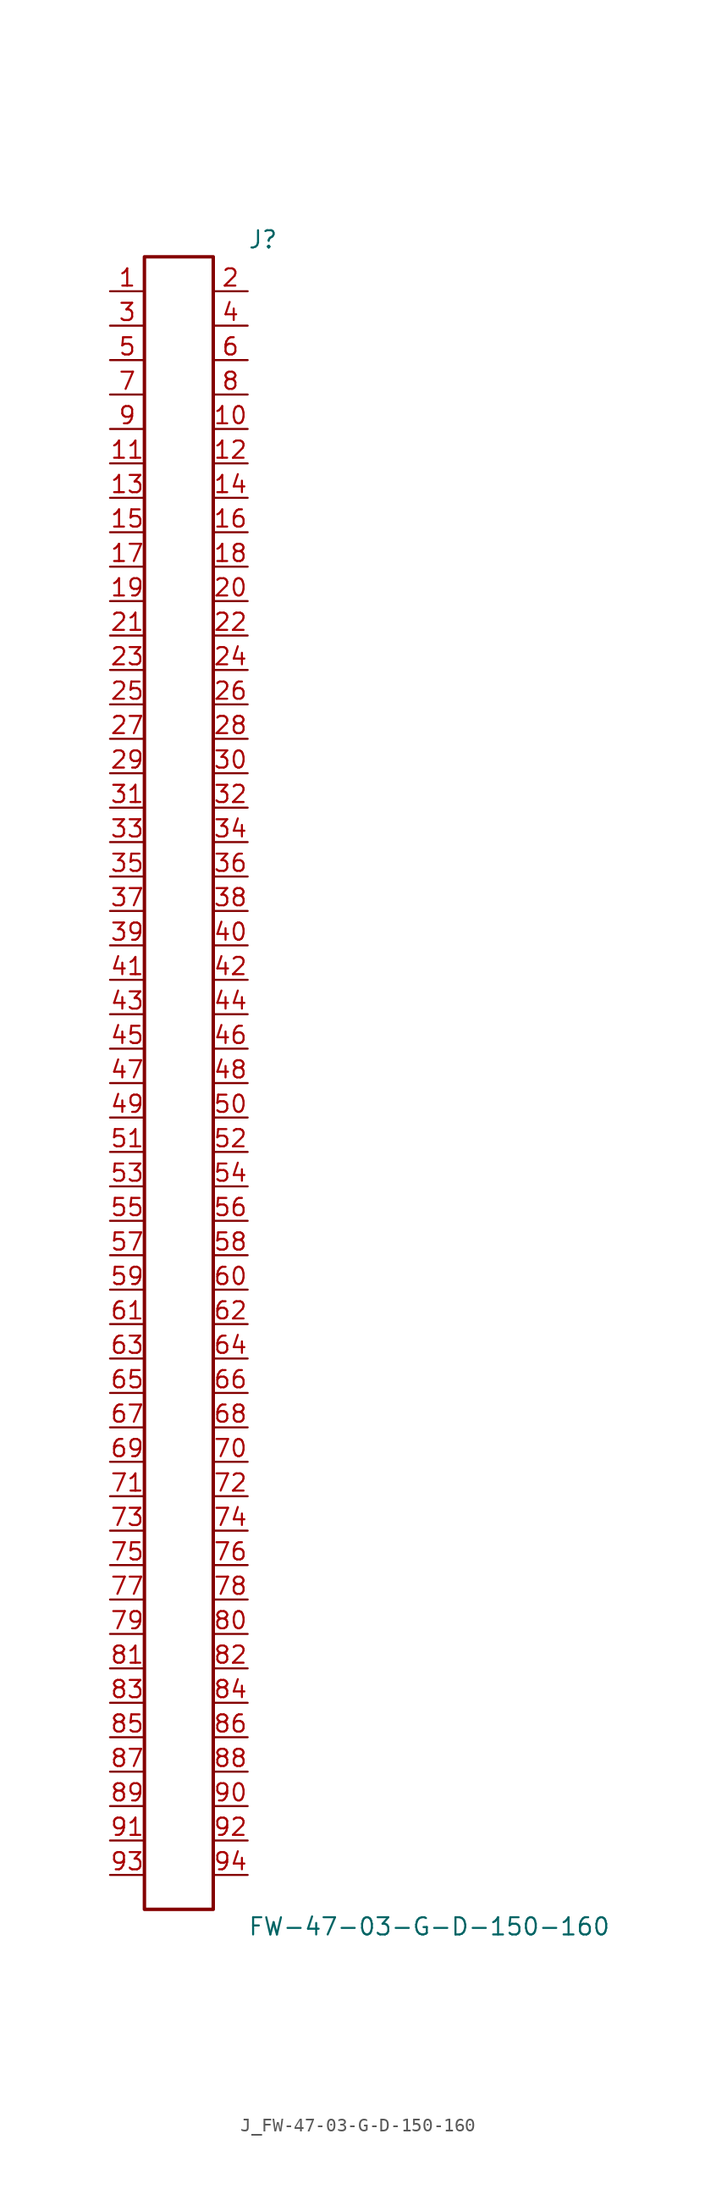
<source format=kicad_sym>
(kicad_symbol_lib
  (version 20231120)
  (generator kicad_symbol_editor)
  (generator_version 8.0)
  (symbol "J_FW-47-03-G-D-150-160"
    (pin_names
      (offset 0.254))
    (property "Reference" "J"
      (at 5.08 62.23 0)
      (effects (font (size 1.27 1.27)) (justify left)))
    (property "Value" "FW-47-03-G-D-150-160"
      (at 5.08 -62.23 0)
      (effects (font (size 1.27 1.27)) (justify left)))
    (symbol "J_FW-47-03-G-D-150-160_0_0"
      (pin passive line (at -5.08 58.42 0) (length 2.54) (name "" (effects (font (size 1.27 1.27)))) (number "1" (effects (font (size 1.27 1.27)))))
      (pin passive line (at 5.08 58.42 180) (length 2.54) (name "" (effects (font (size 1.27 1.27)))) (number "2" (effects (font (size 1.27 1.27)))))
      (pin passive line (at -5.08 55.88 0) (length 2.54) (name "" (effects (font (size 1.27 1.27)))) (number "3" (effects (font (size 1.27 1.27)))))
      (pin passive line (at 5.08 55.88 180) (length 2.54) (name "" (effects (font (size 1.27 1.27)))) (number "4" (effects (font (size 1.27 1.27)))))
      (pin passive line (at -5.08 53.34 0) (length 2.54) (name "" (effects (font (size 1.27 1.27)))) (number "5" (effects (font (size 1.27 1.27)))))
      (pin passive line (at 5.08 53.34 180) (length 2.54) (name "" (effects (font (size 1.27 1.27)))) (number "6" (effects (font (size 1.27 1.27)))))
      (pin passive line (at -5.08 50.8 0) (length 2.54) (name "" (effects (font (size 1.27 1.27)))) (number "7" (effects (font (size 1.27 1.27)))))
      (pin passive line (at 5.08 50.8 180) (length 2.54) (name "" (effects (font (size 1.27 1.27)))) (number "8" (effects (font (size 1.27 1.27)))))
      (pin passive line (at -5.08 48.26 0) (length 2.54) (name "" (effects (font (size 1.27 1.27)))) (number "9" (effects (font (size 1.27 1.27)))))
      (pin passive line (at 5.08 48.26 180) (length 2.54) (name "" (effects (font (size 1.27 1.27)))) (number "10" (effects (font (size 1.27 1.27)))))
      (pin passive line (at -5.08 45.72 0) (length 2.54) (name "" (effects (font (size 1.27 1.27)))) (number "11" (effects (font (size 1.27 1.27)))))
      (pin passive line (at 5.08 45.72 180) (length 2.54) (name "" (effects (font (size 1.27 1.27)))) (number "12" (effects (font (size 1.27 1.27)))))
      (pin passive line (at -5.08 43.18 0) (length 2.54) (name "" (effects (font (size 1.27 1.27)))) (number "13" (effects (font (size 1.27 1.27)))))
      (pin passive line (at 5.08 43.18 180) (length 2.54) (name "" (effects (font (size 1.27 1.27)))) (number "14" (effects (font (size 1.27 1.27)))))
      (pin passive line (at -5.08 40.64 0) (length 2.54) (name "" (effects (font (size 1.27 1.27)))) (number "15" (effects (font (size 1.27 1.27)))))
      (pin passive line (at 5.08 40.64 180) (length 2.54) (name "" (effects (font (size 1.27 1.27)))) (number "16" (effects (font (size 1.27 1.27)))))
      (pin passive line (at -5.08 38.1 0) (length 2.54) (name "" (effects (font (size 1.27 1.27)))) (number "17" (effects (font (size 1.27 1.27)))))
      (pin passive line (at 5.08 38.1 180) (length 2.54) (name "" (effects (font (size 1.27 1.27)))) (number "18" (effects (font (size 1.27 1.27)))))
      (pin passive line (at -5.08 35.56 0) (length 2.54) (name "" (effects (font (size 1.27 1.27)))) (number "19" (effects (font (size 1.27 1.27)))))
      (pin passive line (at 5.08 35.56 180) (length 2.54) (name "" (effects (font (size 1.27 1.27)))) (number "20" (effects (font (size 1.27 1.27)))))
      (pin passive line (at -5.08 33.02 0) (length 2.54) (name "" (effects (font (size 1.27 1.27)))) (number "21" (effects (font (size 1.27 1.27)))))
      (pin passive line (at 5.08 33.02 180) (length 2.54) (name "" (effects (font (size 1.27 1.27)))) (number "22" (effects (font (size 1.27 1.27)))))
      (pin passive line (at -5.08 30.48 0) (length 2.54) (name "" (effects (font (size 1.27 1.27)))) (number "23" (effects (font (size 1.27 1.27)))))
      (pin passive line (at 5.08 30.48 180) (length 2.54) (name "" (effects (font (size 1.27 1.27)))) (number "24" (effects (font (size 1.27 1.27)))))
      (pin passive line (at -5.08 27.94 0) (length 2.54) (name "" (effects (font (size 1.27 1.27)))) (number "25" (effects (font (size 1.27 1.27)))))
      (pin passive line (at 5.08 27.94 180) (length 2.54) (name "" (effects (font (size 1.27 1.27)))) (number "26" (effects (font (size 1.27 1.27)))))
      (pin passive line (at -5.08 25.4 0) (length 2.54) (name "" (effects (font (size 1.27 1.27)))) (number "27" (effects (font (size 1.27 1.27)))))
      (pin passive line (at 5.08 25.4 180) (length 2.54) (name "" (effects (font (size 1.27 1.27)))) (number "28" (effects (font (size 1.27 1.27)))))
      (pin passive line (at -5.08 22.86 0) (length 2.54) (name "" (effects (font (size 1.27 1.27)))) (number "29" (effects (font (size 1.27 1.27)))))
      (pin passive line (at 5.08 22.86 180) (length 2.54) (name "" (effects (font (size 1.27 1.27)))) (number "30" (effects (font (size 1.27 1.27)))))
      (pin passive line (at -5.08 20.32 0) (length 2.54) (name "" (effects (font (size 1.27 1.27)))) (number "31" (effects (font (size 1.27 1.27)))))
      (pin passive line (at 5.08 20.32 180) (length 2.54) (name "" (effects (font (size 1.27 1.27)))) (number "32" (effects (font (size 1.27 1.27)))))
      (pin passive line (at -5.08 17.78 0) (length 2.54) (name "" (effects (font (size 1.27 1.27)))) (number "33" (effects (font (size 1.27 1.27)))))
      (pin passive line (at 5.08 17.78 180) (length 2.54) (name "" (effects (font (size 1.27 1.27)))) (number "34" (effects (font (size 1.27 1.27)))))
      (pin passive line (at -5.08 15.24 0) (length 2.54) (name "" (effects (font (size 1.27 1.27)))) (number "35" (effects (font (size 1.27 1.27)))))
      (pin passive line (at 5.08 15.24 180) (length 2.54) (name "" (effects (font (size 1.27 1.27)))) (number "36" (effects (font (size 1.27 1.27)))))
      (pin passive line (at -5.08 12.7 0) (length 2.54) (name "" (effects (font (size 1.27 1.27)))) (number "37" (effects (font (size 1.27 1.27)))))
      (pin passive line (at 5.08 12.7 180) (length 2.54) (name "" (effects (font (size 1.27 1.27)))) (number "38" (effects (font (size 1.27 1.27)))))
      (pin passive line (at -5.08 10.16 0) (length 2.54) (name "" (effects (font (size 1.27 1.27)))) (number "39" (effects (font (size 1.27 1.27)))))
      (pin passive line (at 5.08 10.16 180) (length 2.54) (name "" (effects (font (size 1.27 1.27)))) (number "40" (effects (font (size 1.27 1.27)))))
      (pin passive line (at -5.08 7.62 0) (length 2.54) (name "" (effects (font (size 1.27 1.27)))) (number "41" (effects (font (size 1.27 1.27)))))
      (pin passive line (at 5.08 7.62 180) (length 2.54) (name "" (effects (font (size 1.27 1.27)))) (number "42" (effects (font (size 1.27 1.27)))))
      (pin passive line (at -5.08 5.08 0) (length 2.54) (name "" (effects (font (size 1.27 1.27)))) (number "43" (effects (font (size 1.27 1.27)))))
      (pin passive line (at 5.08 5.08 180) (length 2.54) (name "" (effects (font (size 1.27 1.27)))) (number "44" (effects (font (size 1.27 1.27)))))
      (pin passive line (at -5.08 2.54 0) (length 2.54) (name "" (effects (font (size 1.27 1.27)))) (number "45" (effects (font (size 1.27 1.27)))))
      (pin passive line (at 5.08 2.54 180) (length 2.54) (name "" (effects (font (size 1.27 1.27)))) (number "46" (effects (font (size 1.27 1.27)))))
      (pin passive line (at -5.08 0.0 0) (length 2.54) (name "" (effects (font (size 1.27 1.27)))) (number "47" (effects (font (size 1.27 1.27)))))
      (pin passive line (at 5.08 0.0 180) (length 2.54) (name "" (effects (font (size 1.27 1.27)))) (number "48" (effects (font (size 1.27 1.27)))))
      (pin passive line (at -5.08 -2.54 0) (length 2.54) (name "" (effects (font (size 1.27 1.27)))) (number "49" (effects (font (size 1.27 1.27)))))
      (pin passive line (at 5.08 -2.54 180) (length 2.54) (name "" (effects (font (size 1.27 1.27)))) (number "50" (effects (font (size 1.27 1.27)))))
      (pin passive line (at -5.08 -5.08 0) (length 2.54) (name "" (effects (font (size 1.27 1.27)))) (number "51" (effects (font (size 1.27 1.27)))))
      (pin passive line (at 5.08 -5.08 180) (length 2.54) (name "" (effects (font (size 1.27 1.27)))) (number "52" (effects (font (size 1.27 1.27)))))
      (pin passive line (at -5.08 -7.62 0) (length 2.54) (name "" (effects (font (size 1.27 1.27)))) (number "53" (effects (font (size 1.27 1.27)))))
      (pin passive line (at 5.08 -7.62 180) (length 2.54) (name "" (effects (font (size 1.27 1.27)))) (number "54" (effects (font (size 1.27 1.27)))))
      (pin passive line (at -5.08 -10.16 0) (length 2.54) (name "" (effects (font (size 1.27 1.27)))) (number "55" (effects (font (size 1.27 1.27)))))
      (pin passive line (at 5.08 -10.16 180) (length 2.54) (name "" (effects (font (size 1.27 1.27)))) (number "56" (effects (font (size 1.27 1.27)))))
      (pin passive line (at -5.08 -12.7 0) (length 2.54) (name "" (effects (font (size 1.27 1.27)))) (number "57" (effects (font (size 1.27 1.27)))))
      (pin passive line (at 5.08 -12.7 180) (length 2.54) (name "" (effects (font (size 1.27 1.27)))) (number "58" (effects (font (size 1.27 1.27)))))
      (pin passive line (at -5.08 -15.24 0) (length 2.54) (name "" (effects (font (size 1.27 1.27)))) (number "59" (effects (font (size 1.27 1.27)))))
      (pin passive line (at 5.08 -15.24 180) (length 2.54) (name "" (effects (font (size 1.27 1.27)))) (number "60" (effects (font (size 1.27 1.27)))))
      (pin passive line (at -5.08 -17.78 0) (length 2.54) (name "" (effects (font (size 1.27 1.27)))) (number "61" (effects (font (size 1.27 1.27)))))
      (pin passive line (at 5.08 -17.78 180) (length 2.54) (name "" (effects (font (size 1.27 1.27)))) (number "62" (effects (font (size 1.27 1.27)))))
      (pin passive line (at -5.08 -20.32 0) (length 2.54) (name "" (effects (font (size 1.27 1.27)))) (number "63" (effects (font (size 1.27 1.27)))))
      (pin passive line (at 5.08 -20.32 180) (length 2.54) (name "" (effects (font (size 1.27 1.27)))) (number "64" (effects (font (size 1.27 1.27)))))
      (pin passive line (at -5.08 -22.86 0) (length 2.54) (name "" (effects (font (size 1.27 1.27)))) (number "65" (effects (font (size 1.27 1.27)))))
      (pin passive line (at 5.08 -22.86 180) (length 2.54) (name "" (effects (font (size 1.27 1.27)))) (number "66" (effects (font (size 1.27 1.27)))))
      (pin passive line (at -5.08 -25.4 0) (length 2.54) (name "" (effects (font (size 1.27 1.27)))) (number "67" (effects (font (size 1.27 1.27)))))
      (pin passive line (at 5.08 -25.4 180) (length 2.54) (name "" (effects (font (size 1.27 1.27)))) (number "68" (effects (font (size 1.27 1.27)))))
      (pin passive line (at -5.08 -27.94 0) (length 2.54) (name "" (effects (font (size 1.27 1.27)))) (number "69" (effects (font (size 1.27 1.27)))))
      (pin passive line (at 5.08 -27.94 180) (length 2.54) (name "" (effects (font (size 1.27 1.27)))) (number "70" (effects (font (size 1.27 1.27)))))
      (pin passive line (at -5.08 -30.48 0) (length 2.54) (name "" (effects (font (size 1.27 1.27)))) (number "71" (effects (font (size 1.27 1.27)))))
      (pin passive line (at 5.08 -30.48 180) (length 2.54) (name "" (effects (font (size 1.27 1.27)))) (number "72" (effects (font (size 1.27 1.27)))))
      (pin passive line (at -5.08 -33.02 0) (length 2.54) (name "" (effects (font (size 1.27 1.27)))) (number "73" (effects (font (size 1.27 1.27)))))
      (pin passive line (at 5.08 -33.02 180) (length 2.54) (name "" (effects (font (size 1.27 1.27)))) (number "74" (effects (font (size 1.27 1.27)))))
      (pin passive line (at -5.08 -35.56 0) (length 2.54) (name "" (effects (font (size 1.27 1.27)))) (number "75" (effects (font (size 1.27 1.27)))))
      (pin passive line (at 5.08 -35.56 180) (length 2.54) (name "" (effects (font (size 1.27 1.27)))) (number "76" (effects (font (size 1.27 1.27)))))
      (pin passive line (at -5.08 -38.1 0) (length 2.54) (name "" (effects (font (size 1.27 1.27)))) (number "77" (effects (font (size 1.27 1.27)))))
      (pin passive line (at 5.08 -38.1 180) (length 2.54) (name "" (effects (font (size 1.27 1.27)))) (number "78" (effects (font (size 1.27 1.27)))))
      (pin passive line (at -5.08 -40.64 0) (length 2.54) (name "" (effects (font (size 1.27 1.27)))) (number "79" (effects (font (size 1.27 1.27)))))
      (pin passive line (at 5.08 -40.64 180) (length 2.54) (name "" (effects (font (size 1.27 1.27)))) (number "80" (effects (font (size 1.27 1.27)))))
      (pin passive line (at -5.08 -43.18 0) (length 2.54) (name "" (effects (font (size 1.27 1.27)))) (number "81" (effects (font (size 1.27 1.27)))))
      (pin passive line (at 5.08 -43.18 180) (length 2.54) (name "" (effects (font (size 1.27 1.27)))) (number "82" (effects (font (size 1.27 1.27)))))
      (pin passive line (at -5.08 -45.72 0) (length 2.54) (name "" (effects (font (size 1.27 1.27)))) (number "83" (effects (font (size 1.27 1.27)))))
      (pin passive line (at 5.08 -45.72 180) (length 2.54) (name "" (effects (font (size 1.27 1.27)))) (number "84" (effects (font (size 1.27 1.27)))))
      (pin passive line (at -5.08 -48.26 0) (length 2.54) (name "" (effects (font (size 1.27 1.27)))) (number "85" (effects (font (size 1.27 1.27)))))
      (pin passive line (at 5.08 -48.26 180) (length 2.54) (name "" (effects (font (size 1.27 1.27)))) (number "86" (effects (font (size 1.27 1.27)))))
      (pin passive line (at -5.08 -50.8 0) (length 2.54) (name "" (effects (font (size 1.27 1.27)))) (number "87" (effects (font (size 1.27 1.27)))))
      (pin passive line (at 5.08 -50.8 180) (length 2.54) (name "" (effects (font (size 1.27 1.27)))) (number "88" (effects (font (size 1.27 1.27)))))
      (pin passive line (at -5.08 -53.34 0) (length 2.54) (name "" (effects (font (size 1.27 1.27)))) (number "89" (effects (font (size 1.27 1.27)))))
      (pin passive line (at 5.08 -53.34 180) (length 2.54) (name "" (effects (font (size 1.27 1.27)))) (number "90" (effects (font (size 1.27 1.27)))))
      (pin passive line (at -5.08 -55.88 0) (length 2.54) (name "" (effects (font (size 1.27 1.27)))) (number "91" (effects (font (size 1.27 1.27)))))
      (pin passive line (at 5.08 -55.88 180) (length 2.54) (name "" (effects (font (size 1.27 1.27)))) (number "92" (effects (font (size 1.27 1.27)))))
      (pin passive line (at -5.08 -58.42 0) (length 2.54) (name "" (effects (font (size 1.27 1.27)))) (number "93" (effects (font (size 1.27 1.27)))))
      (pin passive line (at 5.08 -58.42 180) (length 2.54) (name "" (effects (font (size 1.27 1.27)))) (number "94" (effects (font (size 1.27 1.27))))))
    (symbol "J_FW-47-03-G-D-150-160_1_0"
      (rectangle (start -2.54 60.96) (end 2.54 -60.96) (stroke (width 0.254) (type solid)) (fill (type none))))))
</source>
